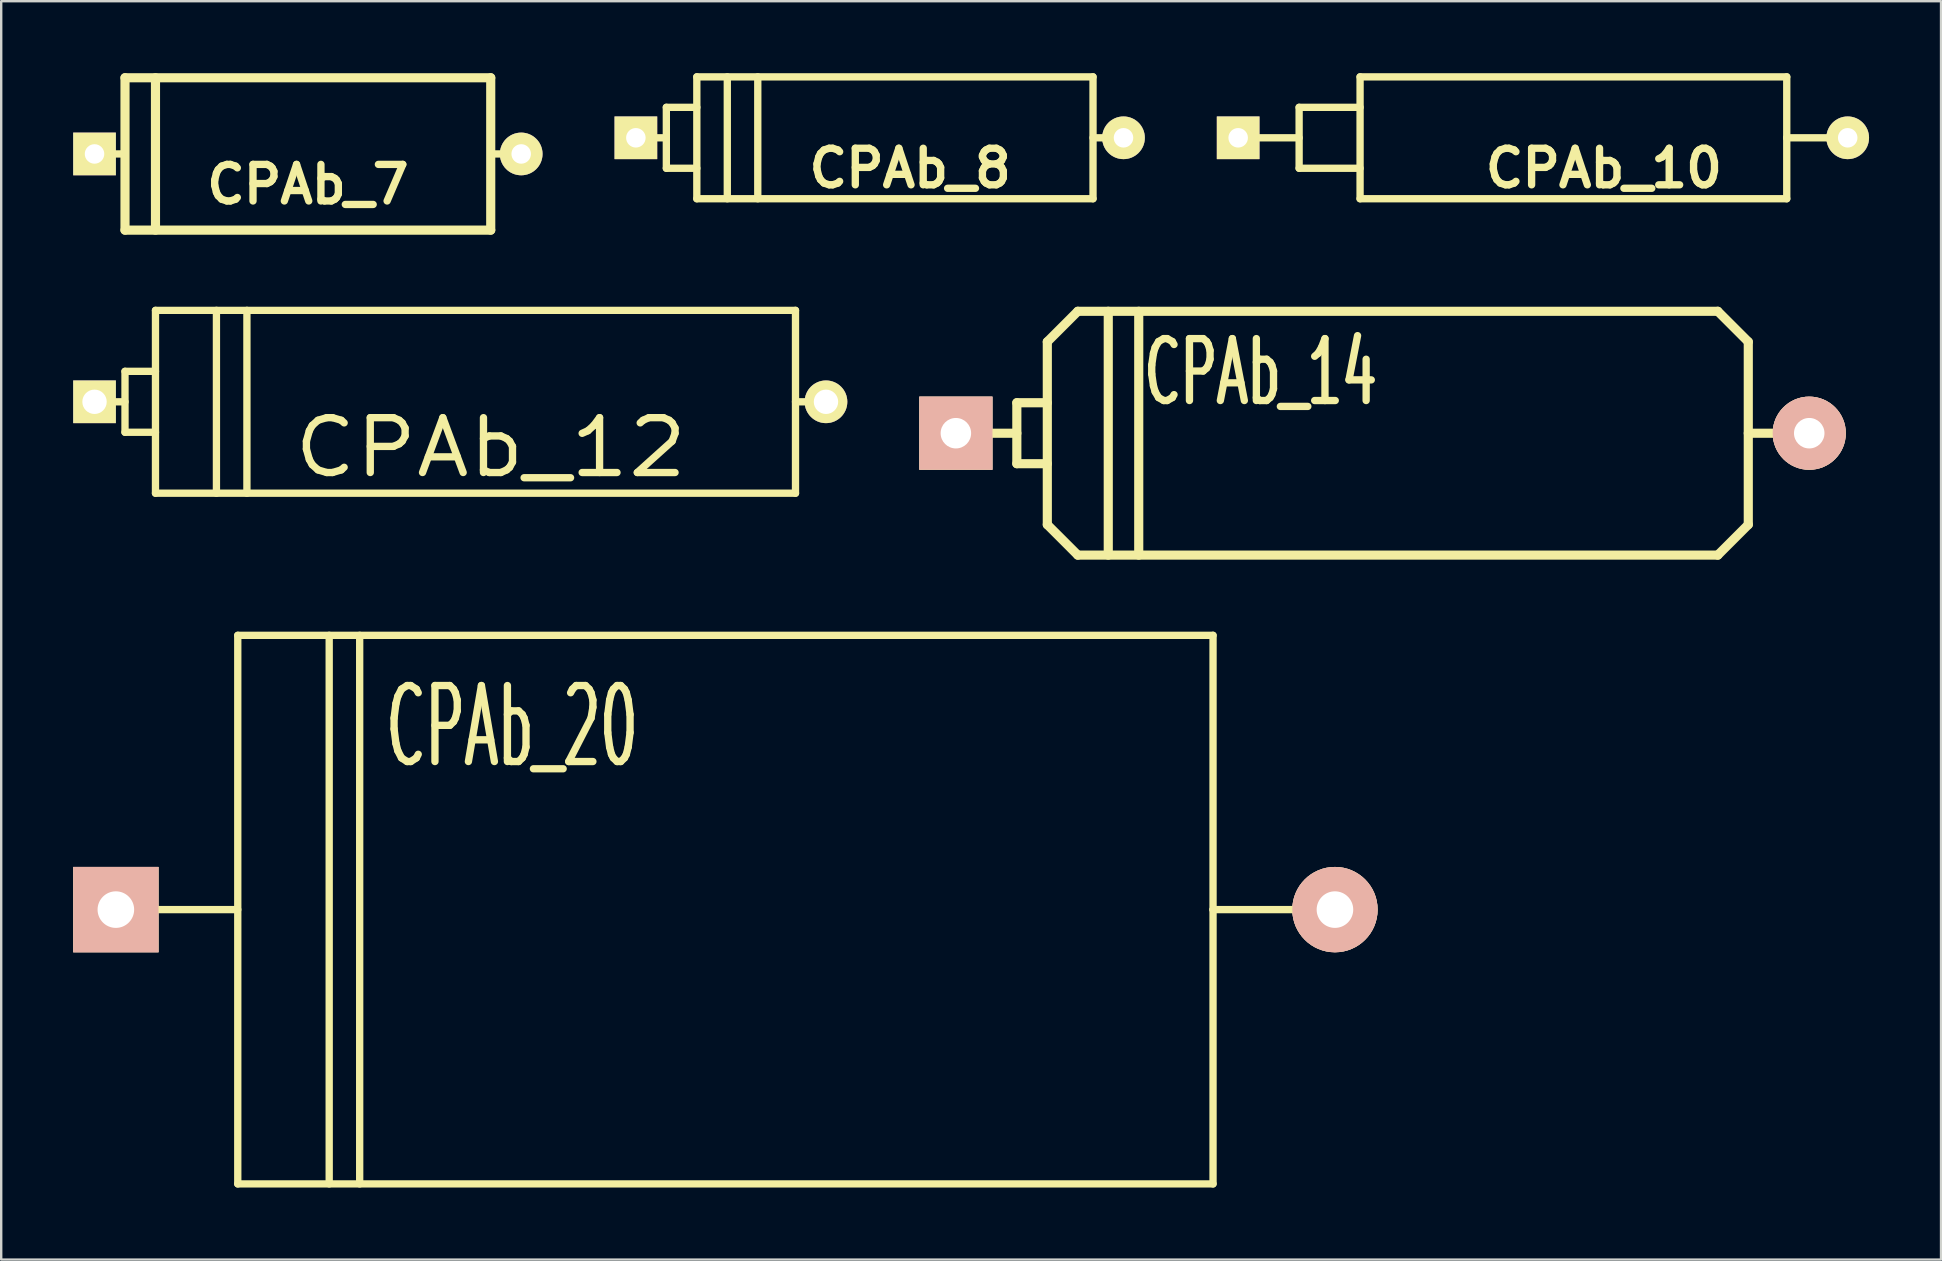
<source format=kicad_pcb>
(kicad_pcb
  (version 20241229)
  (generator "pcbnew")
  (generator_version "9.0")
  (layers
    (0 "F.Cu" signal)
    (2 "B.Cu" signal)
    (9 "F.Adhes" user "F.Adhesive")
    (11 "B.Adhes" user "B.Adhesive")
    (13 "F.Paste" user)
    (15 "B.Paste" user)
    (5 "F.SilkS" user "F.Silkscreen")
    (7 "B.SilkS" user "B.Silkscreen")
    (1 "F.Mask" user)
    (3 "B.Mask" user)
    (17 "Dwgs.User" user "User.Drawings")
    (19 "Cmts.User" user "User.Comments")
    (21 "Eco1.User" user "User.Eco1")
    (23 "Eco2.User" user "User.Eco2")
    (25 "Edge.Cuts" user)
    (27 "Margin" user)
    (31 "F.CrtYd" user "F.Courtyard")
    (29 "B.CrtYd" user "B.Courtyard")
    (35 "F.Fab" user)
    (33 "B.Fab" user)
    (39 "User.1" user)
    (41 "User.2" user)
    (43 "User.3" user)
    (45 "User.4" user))
  (footprint "CPAb_7"
    (layer "F.Cu")
    (at 8.509 3.365)
    (property "Reference" "CPAb_7" (at 1.27 1.27 0) (layer "F.SilkS") (effects (font (size 1.524 1.524) (thickness 0.305))))
    (attr through_hole)
    (fp_line (start -7.62 0) (end -6.35 0) (stroke (width 0.305) (type solid)) (layer "F.SilkS"))
    (fp_line (start -6.35 -3.175) (end -6.35 3.175) (stroke (width 0.381) (type solid)) (layer "F.SilkS"))
    (fp_line (start -6.35 -3.175) (end 8.89 -3.175) (stroke (width 0.381) (type solid)) (layer "F.SilkS"))
    (fp_line (start -6.35 3.175) (end 8.89 3.175) (stroke (width 0.381) (type solid)) (layer "F.SilkS"))
    (fp_line (start -5.08 -3.175) (end -5.08 3.175) (stroke (width 0.381) (type solid)) (layer "F.SilkS"))
    (fp_line (start 8.89 -3.175) (end 8.89 3.175) (stroke (width 0.381) (type solid)) (layer "F.SilkS"))
    (fp_line (start 8.89 0) (end 10.16 0) (stroke (width 0.305) (type solid)) (layer "F.SilkS"))
    (pad "1" thru_hole rect (at -7.62 0) (size 1.778 1.778) (drill 0.813) (layers "*.Cu" "*.Mask" "F.SilkS"))
    (pad "2" thru_hole circle (at 10.16 0) (size 1.778 1.778) (drill 0.813) (layers "*.Cu" "*.Mask" "F.SilkS")))
  (footprint "CPAb_8"
    (layer "F.Cu")
    (at 33.607 2.692)
    (property "Reference" "CPAb_8" (at 1.27 1.27 0) (layer "F.SilkS") (effects (font (size 1.524 1.524) (thickness 0.305))))
    (attr through_hole)
    (fp_line (start -10.16 0) (end -8.89 0) (stroke (width 0.305) (type solid)) (layer "F.SilkS"))
    (fp_line (start -8.89 -1.27) (end -7.62 -1.27) (stroke (width 0.305) (type solid)) (layer "F.SilkS"))
    (fp_line (start -8.89 1.27) (end -8.89 -1.27) (stroke (width 0.305) (type solid)) (layer "F.SilkS"))
    (fp_line (start -7.62 -2.54) (end 8.89 -2.54) (stroke (width 0.305) (type solid)) (layer "F.SilkS"))
    (fp_line (start -7.62 1.27) (end -8.89 1.27) (stroke (width 0.305) (type solid)) (layer "F.SilkS"))
    (fp_line (start -7.62 2.54) (end -7.62 -2.54) (stroke (width 0.305) (type solid)) (layer "F.SilkS"))
    (fp_line (start -6.35 2.54) (end -6.35 -2.54) (stroke (width 0.305) (type solid)) (layer "F.SilkS"))
    (fp_line (start -5.08 -2.54) (end -5.08 2.54) (stroke (width 0.305) (type solid)) (layer "F.SilkS"))
    (fp_line (start 8.89 -2.54) (end 8.89 2.54) (stroke (width 0.305) (type solid)) (layer "F.SilkS"))
    (fp_line (start 8.89 0) (end 10.16 0) (stroke (width 0.305) (type solid)) (layer "F.SilkS"))
    (fp_line (start 8.89 2.54) (end -7.62 2.54) (stroke (width 0.305) (type solid)) (layer "F.SilkS"))
    (pad "1" thru_hole rect (at -10.16 0) (size 1.778 1.778) (drill 0.813) (layers "*.Cu" "*.Mask" "F.SilkS"))
    (pad "2" thru_hole circle (at 10.16 0) (size 1.778 1.778) (drill 0.813) (layers "*.Cu" "*.Mask" "F.SilkS")))
  (footprint "CPAb_10"
    (layer "F.Cu")
    (at 61.245 2.692)
    (property "Reference" "CPAb_10" (at 2.54 1.27 0) (layer "F.SilkS") (effects (font (size 1.524 1.524) (thickness 0.305))))
    (attr through_hole)
    (fp_line (start -12.7 0) (end -10.16 0) (stroke (width 0.305) (type solid)) (layer "F.SilkS"))
    (fp_line (start -10.16 -1.27) (end -10.16 1.27) (stroke (width 0.305) (type solid)) (layer "F.SilkS"))
    (fp_line (start -10.16 1.27) (end -7.62 1.27) (stroke (width 0.305) (type solid)) (layer "F.SilkS"))
    (fp_line (start -7.62 -2.54) (end 10.16 -2.54) (stroke (width 0.305) (type solid)) (layer "F.SilkS"))
    (fp_line (start -7.62 -1.27) (end -10.16 -1.27) (stroke (width 0.305) (type solid)) (layer "F.SilkS"))
    (fp_line (start -7.62 2.54) (end -7.62 -2.54) (stroke (width 0.305) (type solid)) (layer "F.SilkS"))
    (fp_line (start 10.16 -2.54) (end 10.16 0) (stroke (width 0.305) (type solid)) (layer "F.SilkS"))
    (fp_line (start 10.16 0) (end 10.16 2.54) (stroke (width 0.305) (type solid)) (layer "F.SilkS"))
    (fp_line (start 10.16 2.54) (end -7.62 2.54) (stroke (width 0.305) (type solid)) (layer "F.SilkS"))
    (fp_line (start 12.7 0) (end 10.16 0) (stroke (width 0.305) (type solid)) (layer "F.SilkS"))
    (pad "1" thru_hole rect (at -12.7 0) (size 1.778 1.778) (drill 0.813) (layers "*.Cu" "*.Mask" "F.SilkS"))
    (pad "2" thru_hole circle (at 12.7 0) (size 1.778 1.778) (drill 0.813) (layers "*.Cu" "*.Mask" "F.SilkS")))
  (footprint "CPAb_14"
    (layer "F.Cu")
    (at 54.562 15.002)
    (property "Reference" "CPAb_14" (at -5.08 -2.54 0) (layer "F.SilkS") (effects (font (size 2.581 1.501) (thickness 0.305))))
    (attr through_hole)
    (fp_line (start -15.24 -1.27) (end -15.24 1.27) (stroke (width 0.381) (type solid)) (layer "F.SilkS"))
    (fp_line (start -15.24 0) (end -17.78 0) (stroke (width 0.381) (type solid)) (layer "F.SilkS"))
    (fp_line (start -15.24 1.27) (end -13.97 1.27) (stroke (width 0.381) (type solid)) (layer "F.SilkS"))
    (fp_line (start -13.97 -3.81) (end -12.7 -5.08) (stroke (width 0.381) (type solid)) (layer "F.SilkS"))
    (fp_line (start -13.97 -1.27) (end -15.24 -1.27) (stroke (width 0.381) (type solid)) (layer "F.SilkS"))
    (fp_line (start -13.97 3.81) (end -13.97 -3.81) (stroke (width 0.381) (type solid)) (layer "F.SilkS"))
    (fp_line (start -12.7 -5.08) (end 13.97 -5.08) (stroke (width 0.381) (type solid)) (layer "F.SilkS"))
    (fp_line (start -12.7 5.08) (end -13.97 3.81) (stroke (width 0.381) (type solid)) (layer "F.SilkS"))
    (fp_line (start -11.43 5.08) (end -11.43 -5.08) (stroke (width 0.381) (type solid)) (layer "F.SilkS"))
    (fp_line (start -10.16 5.08) (end -10.16 -5.08) (stroke (width 0.381) (type solid)) (layer "F.SilkS"))
    (fp_line (start 13.97 -5.08) (end 15.24 -3.81) (stroke (width 0.381) (type solid)) (layer "F.SilkS"))
    (fp_line (start 13.97 5.08) (end -12.7 5.08) (stroke (width 0.381) (type solid)) (layer "F.SilkS"))
    (fp_line (start 15.24 -3.81) (end 15.24 3.81) (stroke (width 0.381) (type solid)) (layer "F.SilkS"))
    (fp_line (start 15.24 0) (end 17.78 0) (stroke (width 0.381) (type solid)) (layer "F.SilkS"))
    (fp_line (start 15.24 3.81) (end 13.97 5.08) (stroke (width 0.381) (type solid)) (layer "F.SilkS"))
    (pad "1" thru_hole rect (at -17.78 0) (size 3.048 3.048) (drill 1.27) (layers "*.Cu" "*.SilkS" "*.Mask"))
    (pad "2" thru_hole circle (at 17.78 0) (size 3.048 3.048) (drill 1.27) (layers "*.Cu" "*.SilkS" "*.Mask")))
  (footprint "CPAb_20"
    (layer "F.Cu")
    (at 27.178 34.854)
    (property "Reference" "CPAb_20" (at -8.89 -7.62 0) (layer "F.SilkS") (effects (font (size 3.167 1.626) (thickness 0.305))))
    (attr through_hole)
    (fp_line (start -25.4 0) (end -20.32 0) (stroke (width 0.305) (type solid)) (layer "F.SilkS"))
    (fp_line (start -20.32 -11.43) (end -20.32 11.43) (stroke (width 0.305) (type solid)) (layer "F.SilkS"))
    (fp_line (start -20.32 11.43) (end 20.32 11.43) (stroke (width 0.305) (type solid)) (layer "F.SilkS"))
    (fp_line (start -16.51 -11.43) (end -16.51 11.43) (stroke (width 0.305) (type solid)) (layer "F.SilkS"))
    (fp_line (start -15.24 11.43) (end -15.24 -11.43) (stroke (width 0.305) (type solid)) (layer "F.SilkS"))
    (fp_line (start 20.32 -11.43) (end -20.32 -11.43) (stroke (width 0.305) (type solid)) (layer "F.SilkS"))
    (fp_line (start 20.32 0) (end 20.32 -11.43) (stroke (width 0.305) (type solid)) (layer "F.SilkS"))
    (fp_line (start 20.32 11.43) (end 20.32 0) (stroke (width 0.305) (type solid)) (layer "F.SilkS"))
    (fp_line (start 25.4 0) (end 20.32 0) (stroke (width 0.305) (type solid)) (layer "F.SilkS"))
    (pad "1" thru_hole rect (at -25.4 0) (size 3.556 3.556) (drill 1.524) (layers "*.Cu" "*.SilkS" "*.Mask"))
    (pad "2" thru_hole circle (at 25.4 0) (size 3.556 3.556) (drill 1.524) (layers "*.Cu" "*.SilkS" "*.Mask")))
  (footprint "CPAb_12"
    (layer "F.Cu")
    (at 16.129 13.693)
    (property "Reference" "CPAb_12" (at 1.27 1.905 0) (layer "F.SilkS") (effects (font (size 2.286 2.54) (thickness 0.305))))
    (attr through_hole)
    (fp_line (start -15.24 0) (end -13.97 0) (stroke (width 0.305) (type solid)) (layer "F.SilkS"))
    (fp_line (start -13.97 -1.27) (end -12.7 -1.27) (stroke (width 0.305) (type solid)) (layer "F.SilkS"))
    (fp_line (start -13.97 1.27) (end -13.97 -1.27) (stroke (width 0.305) (type solid)) (layer "F.SilkS"))
    (fp_line (start -12.7 -3.81) (end -12.7 3.81) (stroke (width 0.305) (type solid)) (layer "F.SilkS"))
    (fp_line (start -12.7 -3.81) (end 13.97 -3.81) (stroke (width 0.305) (type solid)) (layer "F.SilkS"))
    (fp_line (start -12.7 1.27) (end -13.97 1.27) (stroke (width 0.305) (type solid)) (layer "F.SilkS"))
    (fp_line (start -10.16 -3.81) (end -10.16 3.81) (stroke (width 0.305) (type solid)) (layer "F.SilkS"))
    (fp_line (start -8.89 -3.81) (end -8.89 3.81) (stroke (width 0.305) (type solid)) (layer "F.SilkS"))
    (fp_line (start 13.97 -3.81) (end 13.97 3.81) (stroke (width 0.305) (type solid)) (layer "F.SilkS"))
    (fp_line (start 13.97 0) (end 15.24 0) (stroke (width 0.305) (type solid)) (layer "F.SilkS"))
    (fp_line (start 13.97 3.81) (end -12.7 3.81) (stroke (width 0.305) (type solid)) (layer "F.SilkS"))
    (pad "1" thru_hole rect (at -15.24 0) (size 1.778 1.778) (drill 1.016) (layers "*.Cu" "*.Mask" "F.SilkS"))
    (pad "2" thru_hole circle (at 15.24 0) (size 1.778 1.778) (drill 1.016) (layers "*.Cu" "*.Mask" "F.SilkS")))
  (gr_rect
    (start -3 -3)
    (end 77.834 49.437)
    (stroke (width 0.1) (type default))
    (fill no)
    (layer "Edge.Cuts")))
</source>
